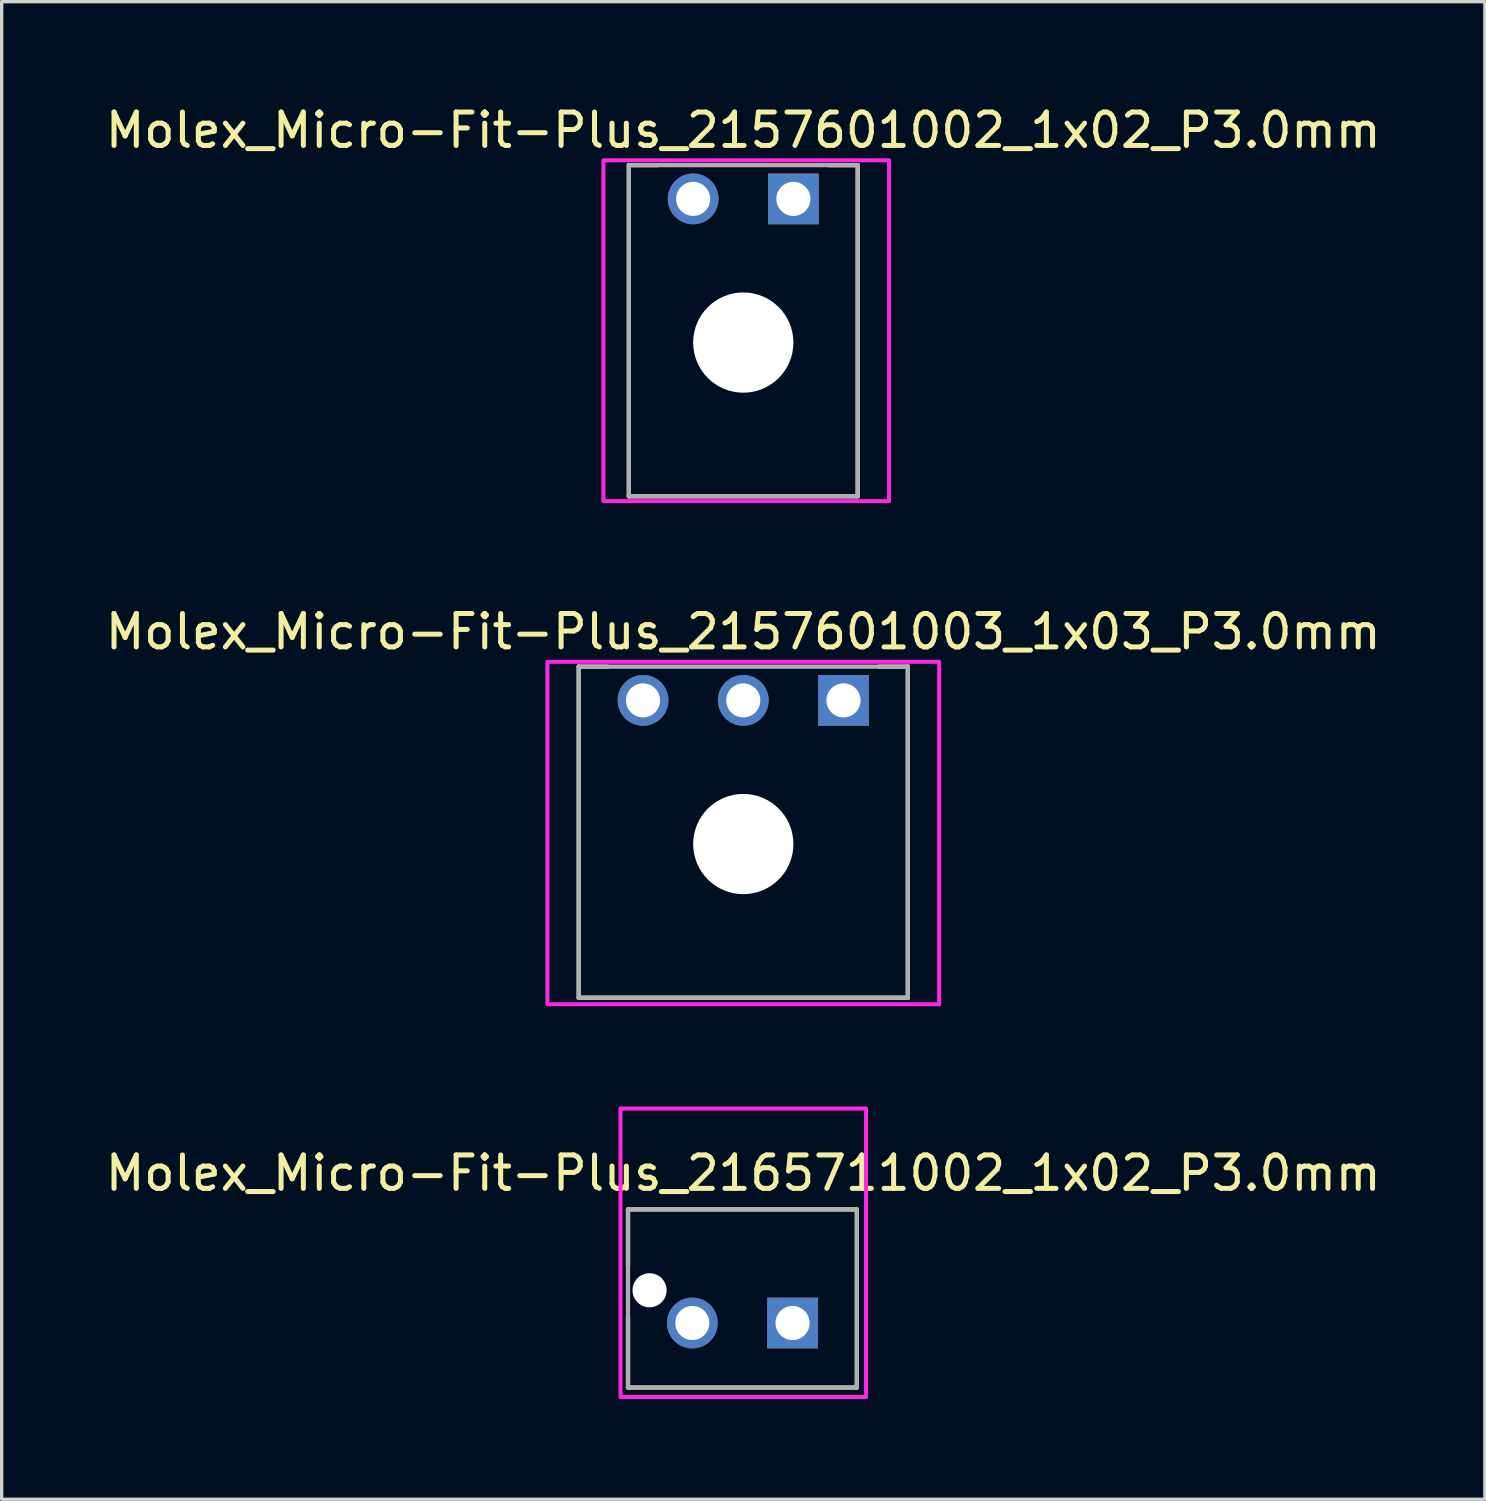
<source format=kicad_pcb>
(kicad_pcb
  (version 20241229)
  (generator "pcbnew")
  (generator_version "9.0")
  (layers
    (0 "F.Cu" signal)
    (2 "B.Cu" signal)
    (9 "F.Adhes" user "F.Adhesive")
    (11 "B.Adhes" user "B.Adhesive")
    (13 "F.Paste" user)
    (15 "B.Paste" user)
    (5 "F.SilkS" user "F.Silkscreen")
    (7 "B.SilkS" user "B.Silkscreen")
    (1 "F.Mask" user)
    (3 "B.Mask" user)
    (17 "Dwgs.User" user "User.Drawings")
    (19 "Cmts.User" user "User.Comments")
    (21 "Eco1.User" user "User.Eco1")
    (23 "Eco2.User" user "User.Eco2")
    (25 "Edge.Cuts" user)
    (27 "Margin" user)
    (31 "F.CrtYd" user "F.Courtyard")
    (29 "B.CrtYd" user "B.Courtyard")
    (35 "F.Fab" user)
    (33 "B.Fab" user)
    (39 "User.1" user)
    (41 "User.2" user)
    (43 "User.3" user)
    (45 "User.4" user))
  (footprint "Molex_Micro-Fit-Plus_2157601002_1x02_P3.0mm"
    (layer "F.Cu")
    (at 19.196 6.848)
    (property "Reference" "Molex_Micro-Fit-Plus_2157601002_1x02_P3.0mm" (at 0 -6 0) (layer "F.SilkS") (effects (font (size 1 1) (thickness 0.15))))
    (attr through_hole)
    (fp_circle (center -1.5 -3.945) (end -1.082 -3.945) (stroke (width 0.836) (type solid)) (fill no) (layer "F.Mask"))
    (fp_circle (center 0 0.355) (end 0.788 0.355) (stroke (width 1.576) (type solid)) (fill no) (layer "F.Mask"))
    (fp_poly (pts (xy 0.664 -4.781) (xy 2.336 -4.781) (xy 2.336 -3.109) (xy 0.664 -3.109)) (stroke (width 0.01) (type solid)) (fill yes) (layer "F.Mask"))
    (fp_circle (center -1.5 -3.945) (end -1.082 -3.945) (stroke (width 0.836) (type solid)) (fill no) (layer "B.Mask"))
    (fp_circle (center 0 0.355) (end 0.788 0.355) (stroke (width 1.576) (type solid)) (fill no) (layer "B.Mask"))
    (fp_poly (pts (xy 0.664 -4.781) (xy 2.336 -4.781) (xy 2.336 -3.109) (xy 0.664 -3.109)) (stroke (width 0.01) (type solid)) (fill yes) (layer "B.Mask"))
    (fp_line (start -3.425 -4.955) (end -3.425 4.955) (stroke (width 0.127) (type solid)) (layer "F.SilkS"))
    (fp_line (start -3.425 -4.955) (end -2.56 -4.955) (stroke (width 0.127) (type solid)) (layer "F.SilkS"))
    (fp_line (start 3.425 -4.955) (end 2.56 -4.955) (stroke (width 0.127) (type solid)) (layer "F.SilkS"))
    (fp_line (start 3.425 -4.955) (end 3.425 4.955) (stroke (width 0.127) (type solid)) (layer "F.SilkS"))
    (fp_line (start 3.425 4.955) (end -3.425 4.955) (stroke (width 0.127) (type solid)) (layer "F.SilkS"))
    (fp_rect (start -4.185 -5.1) (end 4.362 5.1) (stroke (width 0.12) (type solid)) (fill no) (layer "F.CrtYd"))
    (fp_line (start -3.425 -4.955) (end 3.425 -4.955) (stroke (width 0.127) (type solid)) (layer "F.Fab"))
    (fp_line (start -3.425 4.955) (end -3.425 -4.955) (stroke (width 0.127) (type solid)) (layer "F.Fab"))
    (fp_line (start 3.425 4.955) (end -3.425 4.955) (stroke (width 0.127) (type solid)) (layer "F.Fab"))
    (fp_line (start 3.425 4.955) (end 3.425 -4.955) (stroke (width 0.127) (type solid)) (layer "F.Fab"))
    (pad "" np_thru_hole circle (at 0 0.355) (size 3 3) (drill 3) (layers "*.Cu" "*.Mask"))
    (pad "1" thru_hole rect (at 1.5 -3.945) (size 1.52 1.52) (drill 1.02) (layers "*.Cu"))
    (pad "2" thru_hole circle (at -1.5 -3.945) (size 1.52 1.52) (drill 1.02) (layers "*.Cu")))
  (footprint "Molex_Micro-Fit-Plus_2165711002_1x02_P3.0mm"
    (layer "F.Cu")
    (at 19.171 35.812)
    (property "Reference" "Molex_Micro-Fit-Plus_2165711002_1x02_P3.0mm" (at 0.025 -3.75 0) (layer "F.SilkS") (effects (font (size 1 1) (thickness 0.15))))
    (attr through_hole)
    (fp_circle (center -2.78 -0.245) (end -2.487 -0.245) (stroke (width 0.586) (type solid)) (fill no) (layer "F.Mask"))
    (fp_circle (center -1.5 0.735) (end -1.082 0.735) (stroke (width 0.836) (type solid)) (fill no) (layer "F.Mask"))
    (fp_poly (pts (xy 0.664 -0.101) (xy 2.336 -0.101) (xy 2.336 1.571) (xy 0.664 1.571)) (stroke (width 0.01) (type solid)) (fill yes) (layer "F.Mask"))
    (fp_circle (center -2.78 -0.245) (end -2.487 -0.245) (stroke (width 0.586) (type solid)) (fill no) (layer "B.Mask"))
    (fp_circle (center -1.5 0.735) (end -1.082 0.735) (stroke (width 0.836) (type solid)) (fill no) (layer "B.Mask"))
    (fp_poly (pts (xy 0.664 -0.101) (xy 2.336 -0.101) (xy 2.336 1.571) (xy 0.664 1.571)) (stroke (width 0.01) (type solid)) (fill yes) (layer "B.Mask"))
    (fp_line (start -3.425 -2.665) (end -3.425 -0.965) (stroke (width 0.127) (type solid)) (layer "F.SilkS"))
    (fp_line (start -3.425 -2.665) (end 3.425 -2.665) (stroke (width 0.127) (type solid)) (layer "F.SilkS"))
    (fp_line (start -3.425 0.535) (end -3.425 2.665) (stroke (width 0.127) (type solid)) (layer "F.SilkS"))
    (fp_line (start 3.425 -2.665) (end 3.425 2.665) (stroke (width 0.127) (type solid)) (layer "F.SilkS"))
    (fp_line (start 3.425 2.665) (end -3.425 2.665) (stroke (width 0.127) (type solid)) (layer "F.SilkS"))
    (fp_rect (start -3.65 2.95) (end 3.7 -5.685) (stroke (width 0.12) (type solid)) (fill no) (layer "F.CrtYd"))
    (fp_line (start -3.425 -2.665) (end 3.425 -2.665) (stroke (width 0.127) (type solid)) (layer "F.Fab"))
    (fp_line (start -3.425 2.665) (end -3.425 -2.665) (stroke (width 0.127) (type solid)) (layer "F.Fab"))
    (fp_line (start 3.425 2.665) (end -3.425 2.665) (stroke (width 0.127) (type solid)) (layer "F.Fab"))
    (fp_line (start 3.425 2.665) (end 3.425 -2.665) (stroke (width 0.127) (type solid)) (layer "F.Fab"))
    (pad "" np_thru_hole circle (at -2.78 -0.245) (size 1.02 1.02) (drill 1.02) (layers "*.Cu" "*.Mask"))
    (pad "1" thru_hole rect (at 1.5 0.735) (size 1.52 1.52) (drill 1.02) (layers "*.Cu"))
    (pad "2" thru_hole circle (at -1.5 0.735) (size 1.52 1.52) (drill 1.02) (layers "*.Cu")))
  (footprint "Molex_Micro-Fit-Plus_2157601003_1x03_P3.0mm"
    (layer "F.Cu")
    (at 19.196 21.857)
    (property "Reference" "Molex_Micro-Fit-Plus_2157601003_1x03_P3.0mm" (at 0 -6 0) (layer "F.SilkS") (effects (font (size 1 1) (thickness 0.15))))
    (attr through_hole)
    (fp_circle (center -3 -3.945) (end -2.582 -3.945) (stroke (width 0.836) (type solid)) (fill no) (layer "F.Mask"))
    (fp_circle (center 0 -3.945) (end 0.418 -3.945) (stroke (width 0.836) (type solid)) (fill no) (layer "F.Mask"))
    (fp_circle (center 0 0.355) (end 0.788 0.355) (stroke (width 1.576) (type solid)) (fill no) (layer "F.Mask"))
    (fp_poly (pts (xy 2.164 -4.781) (xy 3.836 -4.781) (xy 3.836 -3.109) (xy 2.164 -3.109)) (stroke (width 0.01) (type solid)) (fill yes) (layer "F.Mask"))
    (fp_circle (center -3 -3.945) (end -2.582 -3.945) (stroke (width 0.836) (type solid)) (fill no) (layer "B.Mask"))
    (fp_circle (center 0 -3.945) (end 0.418 -3.945) (stroke (width 0.836) (type solid)) (fill no) (layer "B.Mask"))
    (fp_circle (center 0 0.355) (end 0.788 0.355) (stroke (width 1.576) (type solid)) (fill no) (layer "B.Mask"))
    (fp_poly (pts (xy 2.164 -4.781) (xy 3.836 -4.781) (xy 3.836 -3.109) (xy 2.164 -3.109)) (stroke (width 0.01) (type solid)) (fill yes) (layer "B.Mask"))
    (fp_line (start -4.925 -4.955) (end -4.925 4.955) (stroke (width 0.127) (type solid)) (layer "F.SilkS"))
    (fp_line (start -4.925 -4.955) (end -4.06 -4.955) (stroke (width 0.127) (type solid)) (layer "F.SilkS"))
    (fp_line (start 4.925 -4.955) (end 4.06 -4.955) (stroke (width 0.127) (type solid)) (layer "F.SilkS"))
    (fp_line (start 4.925 -4.955) (end 4.925 4.955) (stroke (width 0.127) (type solid)) (layer "F.SilkS"))
    (fp_line (start 4.925 4.955) (end -4.925 4.955) (stroke (width 0.127) (type solid)) (layer "F.SilkS"))
    (fp_rect (start -5.862 5.15) (end 5.862 -5.1) (stroke (width 0.12) (type solid)) (fill no) (layer "F.CrtYd"))
    (fp_line (start -4.925 -4.955) (end 4.925 -4.955) (stroke (width 0.127) (type solid)) (layer "F.Fab"))
    (fp_line (start -4.925 4.955) (end -4.925 -4.955) (stroke (width 0.127) (type solid)) (layer "F.Fab"))
    (fp_line (start 4.925 4.955) (end -4.925 4.955) (stroke (width 0.127) (type solid)) (layer "F.Fab"))
    (fp_line (start 4.925 4.955) (end 4.925 -4.955) (stroke (width 0.127) (type solid)) (layer "F.Fab"))
    (pad "" np_thru_hole circle (at 0 0.355) (size 3 3) (drill 3) (layers "*.Cu" "*.Mask"))
    (pad "1" thru_hole rect (at 3 -3.945) (size 1.52 1.52) (drill 1.02) (layers "*.Cu"))
    (pad "2" thru_hole circle (at 0 -3.945) (size 1.52 1.52) (drill 1.02) (layers "*.Cu"))
    (pad "3" thru_hole circle (at -3 -3.945) (size 1.52 1.52) (drill 1.02) (layers "*.Cu")))
  (gr_rect
    (start -3 -3)
    (end 41.393 41.822)
    (stroke (width 0.1) (type default))
    (fill no)
    (layer "Edge.Cuts")))
</source>
